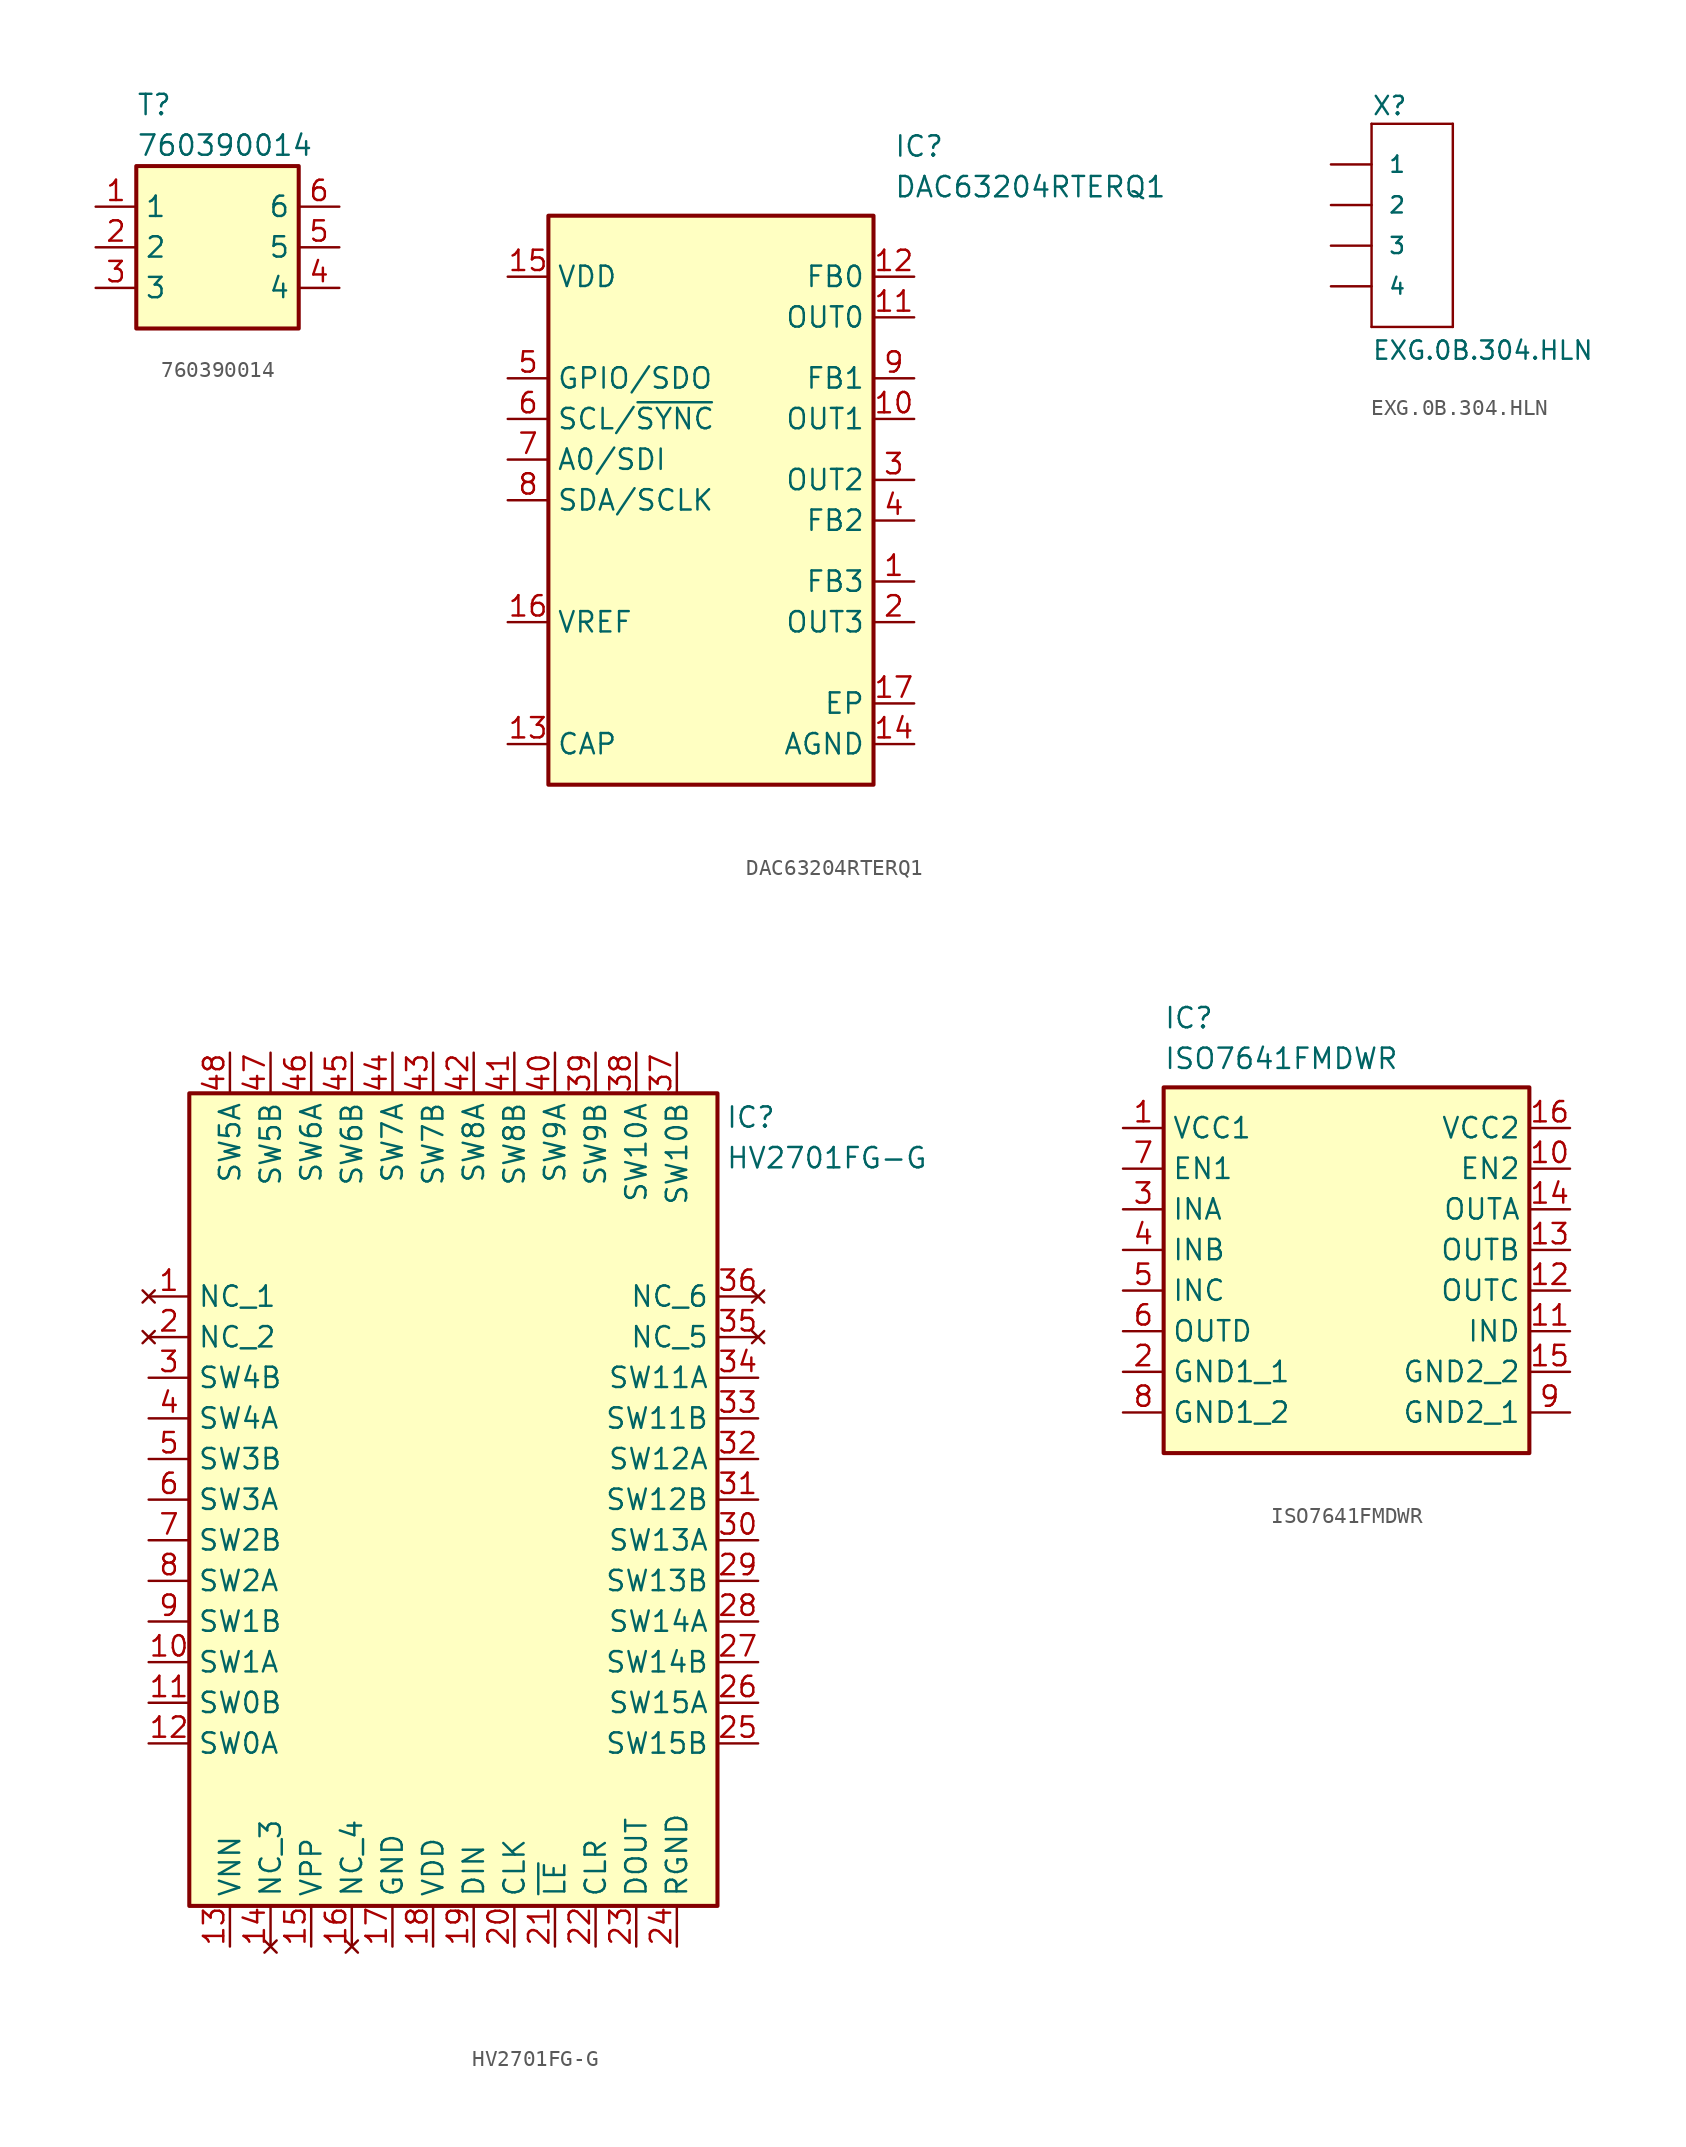
<source format=kicad_sym>
(kicad_symbol_lib
  (version 20231120)
  (generator "kicad_symbol_editor")
  (generator_version "8.0")
  (symbol "760390014"
    (property "Reference" "T"
      (at 0 4.572 0)
      (effects (font (size 1.27 1.27)) (justify left top)))
    (property "Value" "760390014"
      (at 0 2.032 0)
      (effects (font (size 1.27 1.27)) (justify left top)))
    (symbol "760390014_1_1"
      (rectangle (start 0 0) (end 10.16 -10.16) (stroke (width 0.254) (type default)) (fill (type background)))
      (pin passive line (at -2.54 -2.54 0) (length 2.54) (name "1" (effects (font (size 1.27 1.27)))) (number "1" (effects (font (size 1.27 1.27)))))
      (pin passive line (at -2.54 -5.08 0) (length 2.54) (name "2" (effects (font (size 1.27 1.27)))) (number "2" (effects (font (size 1.27 1.27)))))
      (pin passive line (at -2.54 -7.62 0) (length 2.54) (name "3" (effects (font (size 1.27 1.27)))) (number "3" (effects (font (size 1.27 1.27)))))
      (pin passive line (at 12.7 -7.62 180) (length 2.54) (name "4" (effects (font (size 1.27 1.27)))) (number "4" (effects (font (size 1.27 1.27)))))
      (pin passive line (at 12.7 -5.08 180) (length 2.54) (name "5" (effects (font (size 1.27 1.27)))) (number "5" (effects (font (size 1.27 1.27)))))
      (pin passive line (at 12.7 -2.54 180) (length 2.54) (name "6" (effects (font (size 1.27 1.27)))) (number "6" (effects (font (size 1.27 1.27)))))))
  (symbol "DAC63204RTERQ1"
    (property "Reference" "IC"
      (at 26.67 15.24 0)
      (effects (font (size 1.27 1.27)) (justify left top)))
    (property "Value" "DAC63204RTERQ1"
      (at 26.67 12.7 0)
      (effects (font (size 1.27 1.27)) (justify left top)))
    (symbol "DAC63204RTERQ1_1_1"
      (rectangle (start 5.08 10.16) (end 25.4 -25.4) (stroke (width 0.254) (type default)) (fill (type background)))
      (pin passive line (at 27.94 -12.7 180) (length 2.54) (name "FB3" (effects (font (size 1.27 1.27)))) (number "1" (effects (font (size 1.27 1.27)))))
      (pin passive line (at 27.94 -2.54 180) (length 2.54) (name "OUT1" (effects (font (size 1.27 1.27)))) (number "10" (effects (font (size 1.27 1.27)))))
      (pin passive line (at 27.94 3.81 180) (length 2.54) (name "OUT0" (effects (font (size 1.27 1.27)))) (number "11" (effects (font (size 1.27 1.27)))))
      (pin passive line (at 27.94 6.35 180) (length 2.54) (name "FB0" (effects (font (size 1.27 1.27)))) (number "12" (effects (font (size 1.27 1.27)))))
      (pin passive line (at 2.54 -22.86 0) (length 2.54) (name "CAP" (effects (font (size 1.27 1.27)))) (number "13" (effects (font (size 1.27 1.27)))))
      (pin power_in line (at 27.94 -22.86 180) (length 2.54) (name "AGND" (effects (font (size 1.27 1.27)))) (number "14" (effects (font (size 1.27 1.27)))))
      (pin power_in line (at 2.54 6.35 0) (length 2.54) (name "VDD" (effects (font (size 1.27 1.27)))) (number "15" (effects (font (size 1.27 1.27)))))
      (pin passive line (at 2.54 -15.24 0) (length 2.54) (name "VREF" (effects (font (size 1.27 1.27)))) (number "16" (effects (font (size 1.27 1.27)))))
      (pin power_in line (at 27.94 -20.32 180) (length 2.54) (name "EP" (effects (font (size 1.27 1.27)))) (number "17" (effects (font (size 1.27 1.27)))))
      (pin passive line (at 27.94 -15.24 180) (length 2.54) (name "OUT3" (effects (font (size 1.27 1.27)))) (number "2" (effects (font (size 1.27 1.27)))))
      (pin passive line (at 27.94 -6.35 180) (length 2.54) (name "OUT2" (effects (font (size 1.27 1.27)))) (number "3" (effects (font (size 1.27 1.27)))))
      (pin passive line (at 27.94 -8.89 180) (length 2.54) (name "FB2" (effects (font (size 1.27 1.27)))) (number "4" (effects (font (size 1.27 1.27)))))
      (pin bidirectional line (at 2.54 0 0) (length 2.54) (name "GPIO/SDO" (effects (font (size 1.27 1.27)))) (number "5" (effects (font (size 1.27 1.27)))))
      (pin input line (at 2.54 -2.54 0) (length 2.54) (name "SCL/~{SYNC}" (effects (font (size 1.27 1.27)))) (number "6" (effects (font (size 1.27 1.27)))))
      (pin input line (at 2.54 -5.08 0) (length 2.54) (name "A0/SDI" (effects (font (size 1.27 1.27)))) (number "7" (effects (font (size 1.27 1.27)))))
      (pin bidirectional line (at 2.54 -7.62 0) (length 2.54) (name "SDA/SCLK" (effects (font (size 1.27 1.27)))) (number "8" (effects (font (size 1.27 1.27)))))
      (pin passive line (at 27.94 0 180) (length 2.54) (name "FB1" (effects (font (size 1.27 1.27)))) (number "9" (effects (font (size 1.27 1.27)))))))
  (symbol "EXG.0B.304.HLN"
    (pin_numbers hide)
    (pin_names
      (offset 1.016))
    (property "Reference" "X"
      (at -2.54 2.997 0)
      (effects (font (size 1.143 1.143)) (justify left bottom)))
    (property "Value" "EXG.0B.304.HLN"
      (at -2.54 -12.294 0)
      (effects (font (size 1.143 1.143)) (justify left bottom)))
    (symbol "EXG.0B.304.HLN_1_0"
      (polyline (pts (xy -2.54 -10.16) (xy 2.54 -10.16)) (stroke (width 0) (type solid)) (fill (type none)))
      (polyline (pts (xy -2.54 2.54) (xy -2.54 -10.16)) (stroke (width 0) (type solid)) (fill (type none)))
      (polyline (pts (xy 2.54 -10.16) (xy 2.54 2.54)) (stroke (width 0) (type solid)) (fill (type none)))
      (polyline (pts (xy 2.54 2.54) (xy -2.54 2.54)) (stroke (width 0) (type solid)) (fill (type none))))
    (symbol "EXG.0B.304.HLN_1_1"
      (pin passive line (at -5.08 0 0) (length 2.54) (name "1" (effects (font (size 1.016 1.016)))) (number "1" (effects (font (size 1.016 1.016)))))
      (pin passive line (at -5.08 -2.54 0) (length 2.54) (name "2" (effects (font (size 1.016 1.016)))) (number "2" (effects (font (size 1.016 1.016)))))
      (pin passive line (at -5.08 -5.08 0) (length 2.54) (name "3" (effects (font (size 1.016 1.016)))) (number "3" (effects (font (size 1.016 1.016)))))
      (pin passive line (at -5.08 -7.62 0) (length 2.54) (name "4" (effects (font (size 1.016 1.016)))) (number "4" (effects (font (size 1.016 1.016)))))))
  (symbol "HV2701FG-G"
    (property "Reference" "IC"
      (at 33.528 -0.762 0)
      (effects (font (size 1.27 1.27)) (justify left top)))
    (property "Value" "HV2701FG-G"
      (at 33.528 -3.302 0)
      (effects (font (size 1.27 1.27)) (justify left top)))
    (symbol "HV2701FG-G_1_1"
      (rectangle (start 0 0) (end 33.02 -50.8) (stroke (width 0.254) (type default)) (fill (type background)))
      (pin no_connect line (at -2.54 -12.7 0) (length 2.54) (name "NC_1" (effects (font (size 1.27 1.27)))) (number "1" (effects (font (size 1.27 1.27)))))
      (pin passive line (at -2.54 -35.56 0) (length 2.54) (name "SW1A" (effects (font (size 1.27 1.27)))) (number "10" (effects (font (size 1.27 1.27)))))
      (pin passive line (at -2.54 -38.1 0) (length 2.54) (name "SW0B" (effects (font (size 1.27 1.27)))) (number "11" (effects (font (size 1.27 1.27)))))
      (pin passive line (at -2.54 -40.64 0) (length 2.54) (name "SW0A" (effects (font (size 1.27 1.27)))) (number "12" (effects (font (size 1.27 1.27)))))
      (pin power_in line (at 2.54 -53.34 90) (length 2.54) (name "VNN" (effects (font (size 1.27 1.27)))) (number "13" (effects (font (size 1.27 1.27)))))
      (pin no_connect line (at 5.08 -53.34 90) (length 2.54) (name "NC_3" (effects (font (size 1.27 1.27)))) (number "14" (effects (font (size 1.27 1.27)))))
      (pin power_in line (at 7.62 -53.34 90) (length 2.54) (name "VPP" (effects (font (size 1.27 1.27)))) (number "15" (effects (font (size 1.27 1.27)))))
      (pin no_connect line (at 10.16 -53.34 90) (length 2.54) (name "NC_4" (effects (font (size 1.27 1.27)))) (number "16" (effects (font (size 1.27 1.27)))))
      (pin power_in line (at 12.7 -53.34 90) (length 2.54) (name "GND" (effects (font (size 1.27 1.27)))) (number "17" (effects (font (size 1.27 1.27)))))
      (pin power_in line (at 15.24 -53.34 90) (length 2.54) (name "VDD" (effects (font (size 1.27 1.27)))) (number "18" (effects (font (size 1.27 1.27)))))
      (pin input line (at 17.78 -53.34 90) (length 2.54) (name "DIN" (effects (font (size 1.27 1.27)))) (number "19" (effects (font (size 1.27 1.27)))))
      (pin no_connect line (at -2.54 -15.24 0) (length 2.54) (name "NC_2" (effects (font (size 1.27 1.27)))) (number "2" (effects (font (size 1.27 1.27)))))
      (pin input line (at 20.32 -53.34 90) (length 2.54) (name "CLK" (effects (font (size 1.27 1.27)))) (number "20" (effects (font (size 1.27 1.27)))))
      (pin input line (at 22.86 -53.34 90) (length 2.54) (name "~{LE}" (effects (font (size 1.27 1.27)))) (number "21" (effects (font (size 1.27 1.27)))))
      (pin input line (at 25.4 -53.34 90) (length 2.54) (name "CLR" (effects (font (size 1.27 1.27)))) (number "22" (effects (font (size 1.27 1.27)))))
      (pin output line (at 27.94 -53.34 90) (length 2.54) (name "DOUT" (effects (font (size 1.27 1.27)))) (number "23" (effects (font (size 1.27 1.27)))))
      (pin power_in line (at 30.48 -53.34 90) (length 2.54) (name "RGND" (effects (font (size 1.27 1.27)))) (number "24" (effects (font (size 1.27 1.27)))))
      (pin passive line (at 35.56 -40.64 180) (length 2.54) (name "SW15B" (effects (font (size 1.27 1.27)))) (number "25" (effects (font (size 1.27 1.27)))))
      (pin passive line (at 35.56 -38.1 180) (length 2.54) (name "SW15A" (effects (font (size 1.27 1.27)))) (number "26" (effects (font (size 1.27 1.27)))))
      (pin passive line (at 35.56 -35.56 180) (length 2.54) (name "SW14B" (effects (font (size 1.27 1.27)))) (number "27" (effects (font (size 1.27 1.27)))))
      (pin passive line (at 35.56 -33.02 180) (length 2.54) (name "SW14A" (effects (font (size 1.27 1.27)))) (number "28" (effects (font (size 1.27 1.27)))))
      (pin passive line (at 35.56 -30.48 180) (length 2.54) (name "SW13B" (effects (font (size 1.27 1.27)))) (number "29" (effects (font (size 1.27 1.27)))))
      (pin passive line (at -2.54 -17.78 0) (length 2.54) (name "SW4B" (effects (font (size 1.27 1.27)))) (number "3" (effects (font (size 1.27 1.27)))))
      (pin passive line (at 35.56 -27.94 180) (length 2.54) (name "SW13A" (effects (font (size 1.27 1.27)))) (number "30" (effects (font (size 1.27 1.27)))))
      (pin passive line (at 35.56 -25.4 180) (length 2.54) (name "SW12B" (effects (font (size 1.27 1.27)))) (number "31" (effects (font (size 1.27 1.27)))))
      (pin passive line (at 35.56 -22.86 180) (length 2.54) (name "SW12A" (effects (font (size 1.27 1.27)))) (number "32" (effects (font (size 1.27 1.27)))))
      (pin passive line (at 35.56 -20.32 180) (length 2.54) (name "SW11B" (effects (font (size 1.27 1.27)))) (number "33" (effects (font (size 1.27 1.27)))))
      (pin passive line (at 35.56 -17.78 180) (length 2.54) (name "SW11A" (effects (font (size 1.27 1.27)))) (number "34" (effects (font (size 1.27 1.27)))))
      (pin no_connect line (at 35.56 -15.24 180) (length 2.54) (name "NC_5" (effects (font (size 1.27 1.27)))) (number "35" (effects (font (size 1.27 1.27)))))
      (pin no_connect line (at 35.56 -12.7 180) (length 2.54) (name "NC_6" (effects (font (size 1.27 1.27)))) (number "36" (effects (font (size 1.27 1.27)))))
      (pin passive line (at 30.48 2.54 270) (length 2.54) (name "SW10B" (effects (font (size 1.27 1.27)))) (number "37" (effects (font (size 1.27 1.27)))))
      (pin passive line (at 27.94 2.54 270) (length 2.54) (name "SW10A" (effects (font (size 1.27 1.27)))) (number "38" (effects (font (size 1.27 1.27)))))
      (pin passive line (at 25.4 2.54 270) (length 2.54) (name "SW9B" (effects (font (size 1.27 1.27)))) (number "39" (effects (font (size 1.27 1.27)))))
      (pin passive line (at -2.54 -20.32 0) (length 2.54) (name "SW4A" (effects (font (size 1.27 1.27)))) (number "4" (effects (font (size 1.27 1.27)))))
      (pin passive line (at 22.86 2.54 270) (length 2.54) (name "SW9A" (effects (font (size 1.27 1.27)))) (number "40" (effects (font (size 1.27 1.27)))))
      (pin passive line (at 20.32 2.54 270) (length 2.54) (name "SW8B" (effects (font (size 1.27 1.27)))) (number "41" (effects (font (size 1.27 1.27)))))
      (pin passive line (at 17.78 2.54 270) (length 2.54) (name "SW8A" (effects (font (size 1.27 1.27)))) (number "42" (effects (font (size 1.27 1.27)))))
      (pin passive line (at 15.24 2.54 270) (length 2.54) (name "SW7B" (effects (font (size 1.27 1.27)))) (number "43" (effects (font (size 1.27 1.27)))))
      (pin passive line (at 12.7 2.54 270) (length 2.54) (name "SW7A" (effects (font (size 1.27 1.27)))) (number "44" (effects (font (size 1.27 1.27)))))
      (pin passive line (at 10.16 2.54 270) (length 2.54) (name "SW6B" (effects (font (size 1.27 1.27)))) (number "45" (effects (font (size 1.27 1.27)))))
      (pin passive line (at 7.62 2.54 270) (length 2.54) (name "SW6A" (effects (font (size 1.27 1.27)))) (number "46" (effects (font (size 1.27 1.27)))))
      (pin passive line (at 5.08 2.54 270) (length 2.54) (name "SW5B" (effects (font (size 1.27 1.27)))) (number "47" (effects (font (size 1.27 1.27)))))
      (pin passive line (at 2.54 2.54 270) (length 2.54) (name "SW5A" (effects (font (size 1.27 1.27)))) (number "48" (effects (font (size 1.27 1.27)))))
      (pin passive line (at -2.54 -22.86 0) (length 2.54) (name "SW3B" (effects (font (size 1.27 1.27)))) (number "5" (effects (font (size 1.27 1.27)))))
      (pin passive line (at -2.54 -25.4 0) (length 2.54) (name "SW3A" (effects (font (size 1.27 1.27)))) (number "6" (effects (font (size 1.27 1.27)))))
      (pin passive line (at -2.54 -27.94 0) (length 2.54) (name "SW2B" (effects (font (size 1.27 1.27)))) (number "7" (effects (font (size 1.27 1.27)))))
      (pin passive line (at -2.54 -30.48 0) (length 2.54) (name "SW2A" (effects (font (size 1.27 1.27)))) (number "8" (effects (font (size 1.27 1.27)))))
      (pin passive line (at -2.54 -33.02 0) (length 2.54) (name "SW1B" (effects (font (size 1.27 1.27)))) (number "9" (effects (font (size 1.27 1.27)))))))
  (symbol "ISO7641FMDWR"
    (property "Reference" "IC"
      (at 0 5.08 0)
      (effects (font (size 1.27 1.27)) (justify left top)))
    (property "Value" "ISO7641FMDWR"
      (at 0 2.54 0)
      (effects (font (size 1.27 1.27)) (justify left top)))
    (symbol "ISO7641FMDWR_1_1"
      (rectangle (start 0 0) (end 22.86 -22.86) (stroke (width 0.254) (type default)) (fill (type background)))
      (pin power_in line (at -2.54 -2.54 0) (length 2.54) (name "VCC1" (effects (font (size 1.27 1.27)))) (number "1" (effects (font (size 1.27 1.27)))))
      (pin input line (at 25.4 -5.08 180) (length 2.54) (name "EN2" (effects (font (size 1.27 1.27)))) (number "10" (effects (font (size 1.27 1.27)))))
      (pin input line (at 25.4 -15.24 180) (length 2.54) (name "IND" (effects (font (size 1.27 1.27)))) (number "11" (effects (font (size 1.27 1.27)))))
      (pin output line (at 25.4 -12.7 180) (length 2.54) (name "OUTC" (effects (font (size 1.27 1.27)))) (number "12" (effects (font (size 1.27 1.27)))))
      (pin output line (at 25.4 -10.16 180) (length 2.54) (name "OUTB" (effects (font (size 1.27 1.27)))) (number "13" (effects (font (size 1.27 1.27)))))
      (pin output line (at 25.4 -7.62 180) (length 2.54) (name "OUTA" (effects (font (size 1.27 1.27)))) (number "14" (effects (font (size 1.27 1.27)))))
      (pin power_in line (at 25.4 -17.78 180) (length 2.54) (name "GND2_2" (effects (font (size 1.27 1.27)))) (number "15" (effects (font (size 1.27 1.27)))))
      (pin power_in line (at 25.4 -2.54 180) (length 2.54) (name "VCC2" (effects (font (size 1.27 1.27)))) (number "16" (effects (font (size 1.27 1.27)))))
      (pin power_in line (at -2.54 -17.78 0) (length 2.54) (name "GND1_1" (effects (font (size 1.27 1.27)))) (number "2" (effects (font (size 1.27 1.27)))))
      (pin input line (at -2.54 -7.62 0) (length 2.54) (name "INA" (effects (font (size 1.27 1.27)))) (number "3" (effects (font (size 1.27 1.27)))))
      (pin input line (at -2.54 -10.16 0) (length 2.54) (name "INB" (effects (font (size 1.27 1.27)))) (number "4" (effects (font (size 1.27 1.27)))))
      (pin input line (at -2.54 -12.7 0) (length 2.54) (name "INC" (effects (font (size 1.27 1.27)))) (number "5" (effects (font (size 1.27 1.27)))))
      (pin output line (at -2.54 -15.24 0) (length 2.54) (name "OUTD" (effects (font (size 1.27 1.27)))) (number "6" (effects (font (size 1.27 1.27)))))
      (pin input line (at -2.54 -5.08 0) (length 2.54) (name "EN1" (effects (font (size 1.27 1.27)))) (number "7" (effects (font (size 1.27 1.27)))))
      (pin power_in line (at -2.54 -20.32 0) (length 2.54) (name "GND1_2" (effects (font (size 1.27 1.27)))) (number "8" (effects (font (size 1.27 1.27)))))
      (pin power_in line (at 25.4 -20.32 180) (length 2.54) (name "GND2_1" (effects (font (size 1.27 1.27)))) (number "9" (effects (font (size 1.27 1.27))))))))
</source>
